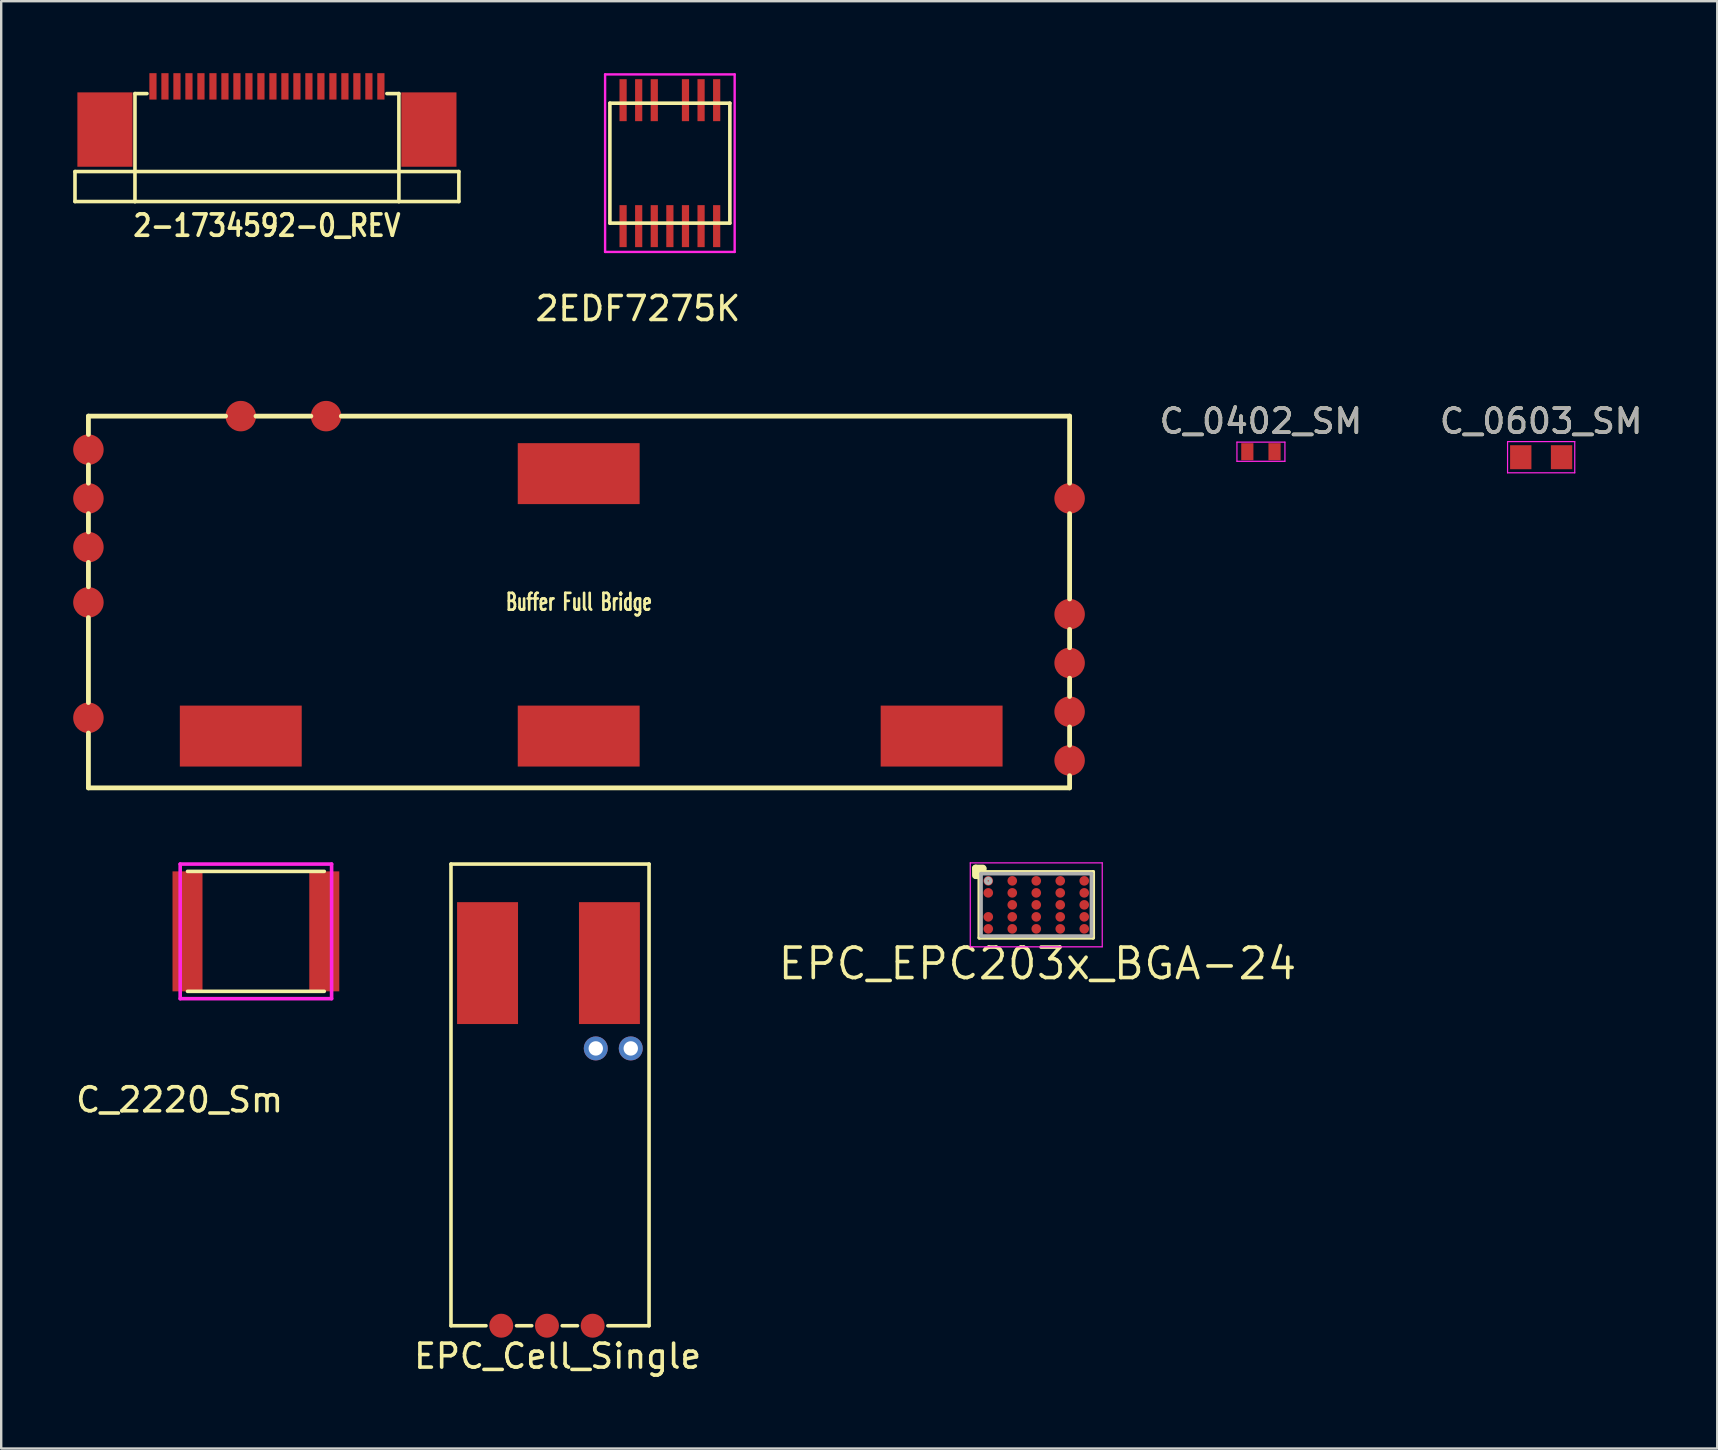
<source format=kicad_pcb>
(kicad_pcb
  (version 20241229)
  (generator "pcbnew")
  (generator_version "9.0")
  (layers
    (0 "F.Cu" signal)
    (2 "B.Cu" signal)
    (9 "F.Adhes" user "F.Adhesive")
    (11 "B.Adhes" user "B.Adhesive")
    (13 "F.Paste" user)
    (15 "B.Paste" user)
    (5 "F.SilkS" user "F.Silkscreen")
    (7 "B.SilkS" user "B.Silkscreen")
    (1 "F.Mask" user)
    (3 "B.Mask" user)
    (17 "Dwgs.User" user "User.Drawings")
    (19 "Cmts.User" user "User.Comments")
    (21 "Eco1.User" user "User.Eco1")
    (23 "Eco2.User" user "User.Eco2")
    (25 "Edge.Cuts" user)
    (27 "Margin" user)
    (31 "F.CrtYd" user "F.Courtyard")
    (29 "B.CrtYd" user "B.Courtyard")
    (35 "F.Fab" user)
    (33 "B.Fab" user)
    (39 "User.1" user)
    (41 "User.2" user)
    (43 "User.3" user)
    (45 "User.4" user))
  (footprint "C_0402_SM"
    (layer "F.Cu")
    (at 49.503 15.776)
    (property "Reference" "C_0402_SM" (at 0 -1.27 0) (layer "F.SilkS") (effects (font (size 1 1) (thickness 0.15))))
    (attr smd)
    (fp_line (start -1 -0.4) (end -1 0.4) (stroke (width 0.05) (type solid)) (layer "F.CrtYd"))
    (fp_line (start -1 -0.4) (end 1 -0.4) (stroke (width 0.05) (type solid)) (layer "F.CrtYd"))
    (fp_line (start 1 0.4) (end -1 0.4) (stroke (width 0.05) (type solid)) (layer "F.CrtYd"))
    (fp_line (start 1 0.4) (end 1 -0.4) (stroke (width 0.05) (type solid)) (layer "F.CrtYd"))
    (fp_text user "${REFERENCE}" (at 0 -1.27 0) (layer "F.Fab") (effects (font (size 1 1) (thickness 0.15))))
    (pad "1" smd rect (at -0.567 0) (size 0.508 0.711) (layers "F.Cu" "F.Mask" "F.Paste"))
    (pad "2" smd rect (at 0.567 0) (size 0.508 0.711) (layers "F.Cu" "F.Mask" "F.Paste")))
  (footprint "C_2220_Sm"
    (layer "F.Cu")
    (at 4.46 38.572)
    (property "Reference" "C_2220_Sm" (at -0.025 4.216 0) (layer "F.SilkS") (effects (font (size 1 1) (thickness 0.15))))
    (attr through_hole)
    (fp_line (start 0.305 -5.305) (end 6.005 -5.305) (stroke (width 0.15) (type solid)) (layer "F.SilkS"))
    (fp_line (start 0.305 -0.305) (end 6.005 -0.305) (stroke (width 0.15) (type solid)) (layer "F.SilkS"))
    (fp_line (start 0 -5.61) (end 6.31 -5.61) (stroke (width 0.15) (type solid)) (layer "F.CrtYd"))
    (fp_line (start 0 0) (end 0 -5.61) (stroke (width 0.15) (type solid)) (layer "F.CrtYd"))
    (fp_line (start 0 0) (end 6.31 0) (stroke (width 0.15) (type solid)) (layer "F.CrtYd"))
    (fp_line (start 6.31 0) (end 6.31 -5.61) (stroke (width 0.15) (type solid)) (layer "F.CrtYd"))
    (pad "1" smd rect (at 0.305 -2.805) (size 1.25 5) (layers "F.Cu" "F.Mask" "F.Paste"))
    (pad "2" smd rect (at 6.005 -2.805) (size 1.25 5) (layers "F.Cu" "F.Mask" "F.Paste")))
  (footprint "2EDF7275K"
    (layer "F.Cu")
    (at 22.369 1.25)
    (property "Reference" "2EDF7275K" (at 1.168 8.56 0) (layer "F.SilkS") (effects (font (size 1 1) (thickness 0.15))))
    (attr through_hole)
    (fp_line (start 0 0) (end 0 5) (stroke (width 0.15) (type solid)) (layer "F.SilkS"))
    (fp_line (start 0 0) (end 5 0) (stroke (width 0.15) (type solid)) (layer "F.SilkS"))
    (fp_line (start 0 5) (end 5 5) (stroke (width 0.15) (type solid)) (layer "F.SilkS"))
    (fp_line (start 5 0) (end 5 5) (stroke (width 0.15) (type solid)) (layer "F.SilkS"))
    (fp_line (start -0.2 -1.2) (end -0.2 6.2) (stroke (width 0.1) (type solid)) (layer "F.CrtYd"))
    (fp_line (start -0.2 -1.2) (end 5.2 -1.2) (stroke (width 0.1) (type solid)) (layer "F.CrtYd"))
    (fp_line (start -0.2 6.2) (end 5.2 6.2) (stroke (width 0.1) (type solid)) (layer "F.CrtYd"))
    (fp_line (start 5.2 -1.2) (end 5.2 6.2) (stroke (width 0.1) (type solid)) (layer "F.CrtYd"))
    (pad "1" smd rect (at 0.55 5.125) (size 0.3 1.75) (layers "F.Cu" "F.Mask" "F.Paste"))
    (pad "2" smd rect (at 1.2 5.125) (size 0.3 1.75) (layers "F.Cu" "F.Mask" "F.Paste"))
    (pad "3" smd rect (at 1.85 5.125) (size 0.3 1.75) (layers "F.Cu" "F.Mask" "F.Paste"))
    (pad "4" smd rect (at 2.5 5.125) (size 0.3 1.75) (layers "F.Cu" "F.Mask" "F.Paste"))
    (pad "5" smd rect (at 3.15 5.125) (size 0.3 1.75) (layers "F.Cu" "F.Mask" "F.Paste"))
    (pad "6" smd rect (at 3.8 5.125) (size 0.3 1.75) (layers "F.Cu" "F.Mask" "F.Paste"))
    (pad "7" smd rect (at 4.45 5.125) (size 0.3 1.75) (layers "F.Cu" "F.Mask" "F.Paste"))
    (pad "8" smd rect (at 4.45 -0.125) (size 0.3 1.75) (layers "F.Cu" "F.Mask" "F.Paste"))
    (pad "9" smd rect (at 3.8 -0.125) (size 0.3 1.75) (layers "F.Cu" "F.Mask" "F.Paste"))
    (pad "10" smd rect (at 3.15 -0.125) (size 0.3 1.75) (layers "F.Cu" "F.Mask" "F.Paste"))
    (pad "11" smd rect (at 1.85 -0.125) (size 0.3 1.75) (layers "F.Cu" "F.Mask" "F.Paste"))
    (pad "12" smd rect (at 1.2 -0.125) (size 0.3 1.75) (layers "F.Cu" "F.Mask" "F.Paste"))
    (pad "13" smd rect (at 0.55 -0.125) (size 0.3 1.75) (layers "F.Cu" "F.Mask" "F.Paste")))
  (footprint "EPC_EPC203x_BGA-24"
    (layer "F.Cu")
    (at 40.139 34.662)
    (property "Reference" "EPC_EPC203x_BGA-24" (at 0.05 2.45 0) (layer "F.SilkS") (effects (font (size 1.27 1.27) (thickness 0.152))))
    (attr through_hole)
    (fp_line (start -2.525 -1.525) (end -2.525 -1.225) (stroke (width 0.3) (type solid)) (layer "F.SilkS"))
    (fp_line (start -2.525 -1.225) (end -2.375 -1.225) (stroke (width 0.15) (type solid)) (layer "F.SilkS"))
    (fp_line (start -2.525 -1.15) (end -2.4 -1.15) (stroke (width 0.15) (type solid)) (layer "F.SilkS"))
    (fp_line (start -2.375 -1.375) (end -2.225 -1.375) (stroke (width 0.15) (type solid)) (layer "F.SilkS"))
    (fp_line (start -2.375 -1.375) (end 2.375 -1.375) (stroke (width 0.15) (type solid)) (layer "F.SilkS"))
    (fp_line (start -2.375 -1.225) (end -2.375 -1.45) (stroke (width 0.15) (type solid)) (layer "F.SilkS"))
    (fp_line (start -2.375 1.375) (end -2.375 -1.375) (stroke (width 0.15) (type solid)) (layer "F.SilkS"))
    (fp_line (start -2.225 -1.525) (end -2.525 -1.525) (stroke (width 0.3) (type solid)) (layer "F.SilkS"))
    (fp_line (start -2.225 -1.375) (end -2.225 -1.525) (stroke (width 0.15) (type solid)) (layer "F.SilkS"))
    (fp_line (start -2.15 -1.525) (end -2.15 -1.4) (stroke (width 0.15) (type solid)) (layer "F.SilkS"))
    (fp_line (start 2.375 -1.375) (end 2.375 1.375) (stroke (width 0.15) (type solid)) (layer "F.SilkS"))
    (fp_line (start 2.375 1.375) (end -2.375 1.375) (stroke (width 0.15) (type solid)) (layer "F.SilkS"))
    (fp_line (start -2.75 -1.75) (end 2.75 -1.75) (stroke (width 0.05) (type solid)) (layer "F.CrtYd"))
    (fp_line (start -2.75 1.75) (end -2.75 -1.75) (stroke (width 0.05) (type solid)) (layer "F.CrtYd"))
    (fp_line (start 2.75 -1.75) (end 2.75 1.75) (stroke (width 0.05) (type solid)) (layer "F.CrtYd"))
    (fp_line (start 2.75 1.75) (end -2.75 1.75) (stroke (width 0.05) (type solid)) (layer "F.CrtYd"))
    (fp_line (start -2.3 -1.3) (end 2.3 -1.3) (stroke (width 0.15) (type solid)) (layer "F.Fab"))
    (fp_line (start -2.3 1.3) (end -2.3 -1.3) (stroke (width 0.15) (type solid)) (layer "F.Fab"))
    (fp_line (start 2.3 -1.3) (end 2.3 1.3) (stroke (width 0.15) (type solid)) (layer "F.Fab"))
    (fp_line (start 2.3 1.3) (end -2.3 1.3) (stroke (width 0.15) (type solid)) (layer "F.Fab"))
    (fp_circle (center -2 -1) (end -1.975 -0.9) (stroke (width 0.15) (type solid)) (fill no) (layer "F.Fab"))
    (pad "D" smd circle (at -1 -1) (size 0.4 0.4) (layers "F.Cu" "F.Mask" "F.Paste"))
    (pad "D" smd circle (at -1 -0.5) (size 0.4 0.4) (layers "F.Cu" "F.Mask" "F.Paste"))
    (pad "D" smd circle (at -1 0) (size 0.4 0.4) (layers "F.Cu" "F.Mask" "F.Paste"))
    (pad "D" smd circle (at -1 0.5) (size 0.4 0.4) (layers "F.Cu" "F.Mask" "F.Paste"))
    (pad "D" smd circle (at -1 1) (size 0.4 0.4) (layers "F.Cu" "F.Mask" "F.Paste"))
    (pad "D" smd circle (at 1 -1) (size 0.4 0.4) (layers "F.Cu" "F.Mask" "F.Paste"))
    (pad "D" smd circle (at 1 -0.5) (size 0.4 0.4) (layers "F.Cu" "F.Mask" "F.Paste"))
    (pad "D" smd circle (at 1 0) (size 0.4 0.4) (layers "F.Cu" "F.Mask" "F.Paste"))
    (pad "D" smd circle (at 1 0.5) (size 0.4 0.4) (layers "F.Cu" "F.Mask" "F.Paste"))
    (pad "D" smd circle (at 1 1) (size 0.4 0.4) (layers "F.Cu" "F.Mask" "F.Paste"))
    (pad "G" smd circle (at -2 -1) (size 0.4 0.4) (layers "F.Cu" "F.Mask" "F.Paste"))
    (pad "G" smd circle (at -2 -0.5) (size 0.4 0.4) (layers "F.Cu" "F.Mask" "F.Paste"))
    (pad "S" smd circle (at -2 0.5) (size 0.4 0.4) (layers "F.Cu" "F.Mask" "F.Paste"))
    (pad "S" smd circle (at -2 1) (size 0.4 0.4) (layers "F.Cu" "F.Mask" "F.Paste"))
    (pad "S" smd circle (at 0 -1) (size 0.4 0.4) (layers "F.Cu" "F.Mask" "F.Paste"))
    (pad "S" smd circle (at 0 -0.5) (size 0.4 0.4) (layers "F.Cu" "F.Mask" "F.Paste"))
    (pad "S" smd circle (at 0 0.5) (size 0.4 0.4) (layers "F.Cu" "F.Mask" "F.Paste"))
    (pad "S" smd circle (at 0 1) (size 0.4 0.4) (layers "F.Cu" "F.Mask" "F.Paste"))
    (pad "S" smd circle (at 2 -1) (size 0.4 0.4) (layers "F.Cu" "F.Mask" "F.Paste"))
    (pad "S" smd circle (at 2 -0.5) (size 0.4 0.4) (layers "F.Cu" "F.Mask" "F.Paste"))
    (pad "S" smd circle (at 2 0) (size 0.4 0.4) (layers "F.Cu" "F.Mask" "F.Paste"))
    (pad "S" smd circle (at 2 0.5) (size 0.4 0.4) (layers "F.Cu" "F.Mask" "F.Paste"))
    (pad "S" smd circle (at 2 1) (size 0.4 0.4) (layers "F.Cu" "F.Mask" "F.Paste"))
    (pad "S2" smd circle (at 0 0) (size 0.4 0.4) (layers "F.Cu" "F.Mask" "F.Paste")))
  (footprint "2-1734592-0_REV"
    (layer "F.Cu")
    (at 8.075 5.35)
    (property "Reference" "2-1734592-0_REV" (at 0 1 0) (layer "F.SilkS") (effects (font (size 0.889 0.762) (thickness 0.152))))
    (attr through_hole)
    (fp_line (start -8 -1.25) (end -8 0) (stroke (width 0.15) (type solid)) (layer "F.SilkS"))
    (fp_line (start -8 -1.25) (end -5.5 -1.25) (stroke (width 0.15) (type solid)) (layer "F.SilkS"))
    (fp_line (start -5.5 -4.5) (end -5 -4.5) (stroke (width 0.15) (type solid)) (layer "F.SilkS"))
    (fp_line (start -5.5 -1.25) (end 5.5 -1.25) (stroke (width 0.15) (type solid)) (layer "F.SilkS"))
    (fp_line (start -5.5 0) (end -8 0) (stroke (width 0.15) (type solid)) (layer "F.SilkS"))
    (fp_line (start -5.5 0) (end -5.5 -4.5) (stroke (width 0.15) (type solid)) (layer "F.SilkS"))
    (fp_line (start -5.5 0) (end 5.5 0) (stroke (width 0.15) (type solid)) (layer "F.SilkS"))
    (fp_line (start 5 -4.5) (end 5.5 -4.5) (stroke (width 0.15) (type solid)) (layer "F.SilkS"))
    (fp_line (start 5.5 -4.5) (end 5.5 0) (stroke (width 0.15) (type solid)) (layer "F.SilkS"))
    (fp_line (start 5.5 -1.25) (end 8 -1.25) (stroke (width 0.15) (type solid)) (layer "F.SilkS"))
    (fp_line (start 8 0) (end 5.5 0) (stroke (width 0.15) (type solid)) (layer "F.SilkS"))
    (fp_line (start 8 0) (end 8 -1.25) (stroke (width 0.15) (type solid)) (layer "F.SilkS"))
    (pad "1" smd rect (at 4.75 -4.8) (size 0.3 1.1) (layers "F.Cu" "F.Mask" "F.Paste"))
    (pad "2" smd rect (at 4.25 -4.8) (size 0.3 1.1) (layers "F.Cu" "F.Mask" "F.Paste"))
    (pad "3" smd rect (at 3.75 -4.8) (size 0.3 1.1) (layers "F.Cu" "F.Mask" "F.Paste"))
    (pad "4" smd rect (at 3.25 -4.8) (size 0.3 1.1) (layers "F.Cu" "F.Mask" "F.Paste"))
    (pad "5" smd rect (at 2.75 -4.8) (size 0.3 1.1) (layers "F.Cu" "F.Mask" "F.Paste"))
    (pad "6" smd rect (at 2.25 -4.8) (size 0.3 1.1) (layers "F.Cu" "F.Mask" "F.Paste"))
    (pad "7" smd rect (at 1.75 -4.8) (size 0.3 1.1) (layers "F.Cu" "F.Mask" "F.Paste"))
    (pad "8" smd rect (at 1.25 -4.8) (size 0.3 1.1) (layers "F.Cu" "F.Mask" "F.Paste"))
    (pad "9" smd rect (at 0.75 -4.8) (size 0.3 1.1) (layers "F.Cu" "F.Mask" "F.Paste"))
    (pad "10" smd rect (at 0.25 -4.8) (size 0.3 1.1) (layers "F.Cu" "F.Mask" "F.Paste"))
    (pad "11" smd rect (at -0.25 -4.8) (size 0.3 1.1) (layers "F.Cu" "F.Mask" "F.Paste"))
    (pad "12" smd rect (at -0.75 -4.8) (size 0.3 1.1) (layers "F.Cu" "F.Mask" "F.Paste"))
    (pad "13" smd rect (at -1.25 -4.8) (size 0.3 1.1) (layers "F.Cu" "F.Mask" "F.Paste"))
    (pad "14" smd rect (at -1.75 -4.8) (size 0.3 1.1) (layers "F.Cu" "F.Mask" "F.Paste"))
    (pad "15" smd rect (at -2.25 -4.8) (size 0.3 1.1) (layers "F.Cu" "F.Mask" "F.Paste"))
    (pad "16" smd rect (at -2.75 -4.8) (size 0.3 1.1) (layers "F.Cu" "F.Mask" "F.Paste"))
    (pad "17" smd rect (at -3.25 -4.8) (size 0.3 1.1) (layers "F.Cu" "F.Mask" "F.Paste"))
    (pad "18" smd rect (at -3.75 -4.8) (size 0.3 1.1) (layers "F.Cu" "F.Mask" "F.Paste"))
    (pad "19" smd rect (at -4.25 -4.8) (size 0.3 1.1) (layers "F.Cu" "F.Mask" "F.Paste"))
    (pad "20" smd rect (at -4.75 -4.8) (size 0.3 1.1) (layers "F.Cu" "F.Mask" "F.Paste"))
    (pad "21" smd rect (at -6.75 -3) (size 2.3 3.1) (layers "F.Cu" "F.Mask" "F.Paste"))
    (pad "21" smd rect (at 6.75 -3) (size 2.3 3.1) (layers "F.Cu" "F.Mask" "F.Paste")))
  (footprint "Buffer Full Bridge"
    (layer "F.Cu")
    (at 21.082 22.04)
    (property "Reference" "Buffer Full Bridge" (at 0 0 0) (layer "F.SilkS") (effects (font (size 0.699 0.445) (thickness 0.15))))
    (attr through_hole)
    (fp_line (start -20.447 -7.747) (end -20.447 -6.985) (stroke (width 0.2) (type solid)) (layer "F.SilkS"))
    (fp_line (start -20.447 -7.747) (end -14.732 -7.747) (stroke (width 0.2) (type solid)) (layer "F.SilkS"))
    (fp_line (start -20.447 -5.715) (end -20.447 -4.953) (stroke (width 0.2) (type solid)) (layer "F.SilkS"))
    (fp_line (start -20.447 -3.683) (end -20.447 -2.921) (stroke (width 0.2) (type solid)) (layer "F.SilkS"))
    (fp_line (start -20.447 -1.651) (end -20.447 -0.635) (stroke (width 0.2) (type solid)) (layer "F.SilkS"))
    (fp_line (start -20.447 4.191) (end -20.447 0.651) (stroke (width 0.2) (type solid)) (layer "F.SilkS"))
    (fp_line (start -20.447 5.461) (end -20.447 7.747) (stroke (width 0.2) (type solid)) (layer "F.SilkS"))
    (fp_line (start -20.447 7.747) (end 20.447 7.747) (stroke (width 0.2) (type solid)) (layer "F.SilkS"))
    (fp_line (start -13.462 -7.747) (end -11.176 -7.747) (stroke (width 0.2) (type solid)) (layer "F.SilkS"))
    (fp_line (start -9.906 -7.747) (end 20.447 -7.747) (stroke (width 0.2) (type solid)) (layer "F.SilkS"))
    (fp_line (start 20.447 -4.953) (end 20.447 -7.747) (stroke (width 0.2) (type solid)) (layer "F.SilkS"))
    (fp_line (start 20.447 -3.683) (end 20.447 -0.127) (stroke (width 0.2) (type solid)) (layer "F.SilkS"))
    (fp_line (start 20.447 1.143) (end 20.447 1.905) (stroke (width 0.2) (type solid)) (layer "F.SilkS"))
    (fp_line (start 20.447 3.175) (end 20.447 3.937) (stroke (width 0.2) (type solid)) (layer "F.SilkS"))
    (fp_line (start 20.447 5.207) (end 20.447 5.969) (stroke (width 0.2) (type solid)) (layer "F.SilkS"))
    (fp_line (start 20.447 7.239) (end 20.447 7.747) (stroke (width 0.2) (type solid)) (layer "F.SilkS"))
    (pad "1" smd circle (at -20.447 -6.35) (size 1.27 1.27) (layers "F.Cu" "F.Mask" "F.Paste"))
    (pad "1" smd circle (at 20.447 6.604) (size 1.27 1.27) (layers "F.Cu" "F.Mask" "F.Paste"))
    (pad "2" smd circle (at -20.447 -2.286) (size 1.27 1.27) (layers "F.Cu" "F.Mask" "F.Paste"))
    (pad "3" smd circle (at -20.447 4.826) (size 1.27 1.27) (layers "F.Cu" "F.Mask" "F.Paste"))
    (pad "4" smd circle (at 20.447 -4.318) (size 1.27 1.27) (layers "F.Cu" "F.Mask" "F.Paste"))
    (pad "5" smd circle (at 20.447 0.508) (size 1.27 1.27) (layers "F.Cu" "F.Mask" "F.Paste"))
    (pad "6" smd circle (at -20.447 0.016) (size 1.27 1.27) (layers "F.Cu" "F.Mask" "F.Paste"))
    (pad "6" smd circle (at 20.447 2.54) (size 1.27 1.27) (layers "F.Cu" "F.Mask" "F.Paste"))
    (pad "7" smd circle (at -20.447 -4.318) (size 1.27 1.27) (layers "F.Cu" "F.Mask" "F.Paste"))
    (pad "7" smd circle (at 20.447 4.572) (size 1.27 1.27) (layers "F.Cu" "F.Mask" "F.Paste"))
    (pad "8" smd rect (at -14.097 5.588 90) (size 2.54 5.08) (layers "F.Cu" "F.Mask" "F.Paste"))
    (pad "9" smd rect (at 15.113 5.588 90) (size 2.54 5.08) (layers "F.Cu" "F.Mask" "F.Paste"))
    (pad "10" smd rect (at -0.013 5.588 90) (size 2.54 5.08) (layers "F.Cu" "F.Mask" "F.Paste"))
    (pad "11" smd rect (at -0.013 -5.35 90) (size 2.54 5.08) (layers "F.Cu" "F.Mask" "F.Paste"))
    (pad "12" smd circle (at -14.097 -7.747) (size 1.27 1.27) (layers "F.Cu" "F.Mask" "F.Paste"))
    (pad "13" smd circle (at -10.541 -7.747) (size 1.27 1.27) (layers "F.Cu" "F.Mask" "F.Paste")))
  (footprint "EPC_Cell_Single"
    (layer "F.Cu")
    (at 15.746 52.203)
    (property "Reference" "EPC_Cell_Single" (at 4.445 1.27 0) (layer "F.SilkS") (effects (font (size 1 1) (thickness 0.15))))
    (attr through_hole)
    (fp_line (start 0 -19.241) (end 0 0) (stroke (width 0.15) (type solid)) (layer "F.SilkS"))
    (fp_line (start 0 -19.241) (end 8.255 -19.241) (stroke (width 0.15) (type solid)) (layer "F.SilkS"))
    (fp_line (start 0 0) (end 1.46 0) (stroke (width 0.15) (type solid)) (layer "F.SilkS"))
    (fp_line (start 2.731 0) (end 3.365 0) (stroke (width 0.15) (type solid)) (layer "F.SilkS"))
    (fp_line (start 4.636 0) (end 5.271 0) (stroke (width 0.15) (type solid)) (layer "F.SilkS"))
    (fp_line (start 6.54 0) (end 8.255 0) (stroke (width 0.15) (type solid)) (layer "F.SilkS"))
    (fp_line (start 8.255 -19.241) (end 8.255 0) (stroke (width 0.15) (type solid)) (layer "F.SilkS"))
    (pad "D" smd rect (at 1.524 -15.113) (size 2.54 5.08) (layers "F.Cu" "F.Mask" "F.Paste"))
    (pad "GNDI" smd circle (at 4 0) (size 1 1) (layers "F.Cu" "F.Mask" "F.Paste"))
    (pad "PWM" smd circle (at 2.095 0) (size 1 1) (layers "F.Cu" "F.Mask" "F.Paste"))
    (pad "S" smd rect (at 6.604 -15.113) (size 2.54 5.08) (layers "F.Cu" "F.Mask" "F.Paste"))
    (pad "S_K" thru_hole circle (at 6.035 -11.557) (size 1 1) (drill 0.6) (layers "*.Cu" "*.Mask"))
    (pad "VDDI" smd circle (at 5.905 0) (size 1 1) (layers "F.Cu" "F.Mask" "F.Paste"))
    (pad "V_BST" thru_hole circle (at 7.493 -11.557) (size 1 1) (drill 0.6) (layers "*.Cu" "*.Mask")))
  (footprint "C_0603_SM"
    (layer "F.Cu")
    (at 61.182 16.006)
    (property "Reference" "C_0603_SM" (at 0 -1.5 0) (layer "F.SilkS") (effects (font (size 1 1) (thickness 0.15))))
    (attr smd)
    (fp_line (start -1.4 -0.65) (end -1.4 0.65) (stroke (width 0.05) (type solid)) (layer "F.CrtYd"))
    (fp_line (start -1.4 -0.65) (end 1.4 -0.65) (stroke (width 0.05) (type solid)) (layer "F.CrtYd"))
    (fp_line (start 1.4 0.65) (end -1.4 0.65) (stroke (width 0.05) (type solid)) (layer "F.CrtYd"))
    (fp_line (start 1.4 0.65) (end 1.4 -0.65) (stroke (width 0.05) (type solid)) (layer "F.CrtYd"))
    (fp_text user "${REFERENCE}" (at 0 -1.5 0) (layer "F.Fab") (effects (font (size 1 1) (thickness 0.15))))
    (pad "1" smd rect (at -0.85 0) (size 0.889 1) (layers "F.Cu" "F.Mask" "F.Paste"))
    (pad "2" smd rect (at 0.85 0) (size 0.889 1) (layers "F.Cu" "F.Mask" "F.Paste")))
  (gr_rect
    (start -3 -3)
    (end 68.521 57.321)
    (stroke (width 0.1) (type default))
    (fill no)
    (layer "Edge.Cuts")))
</source>
